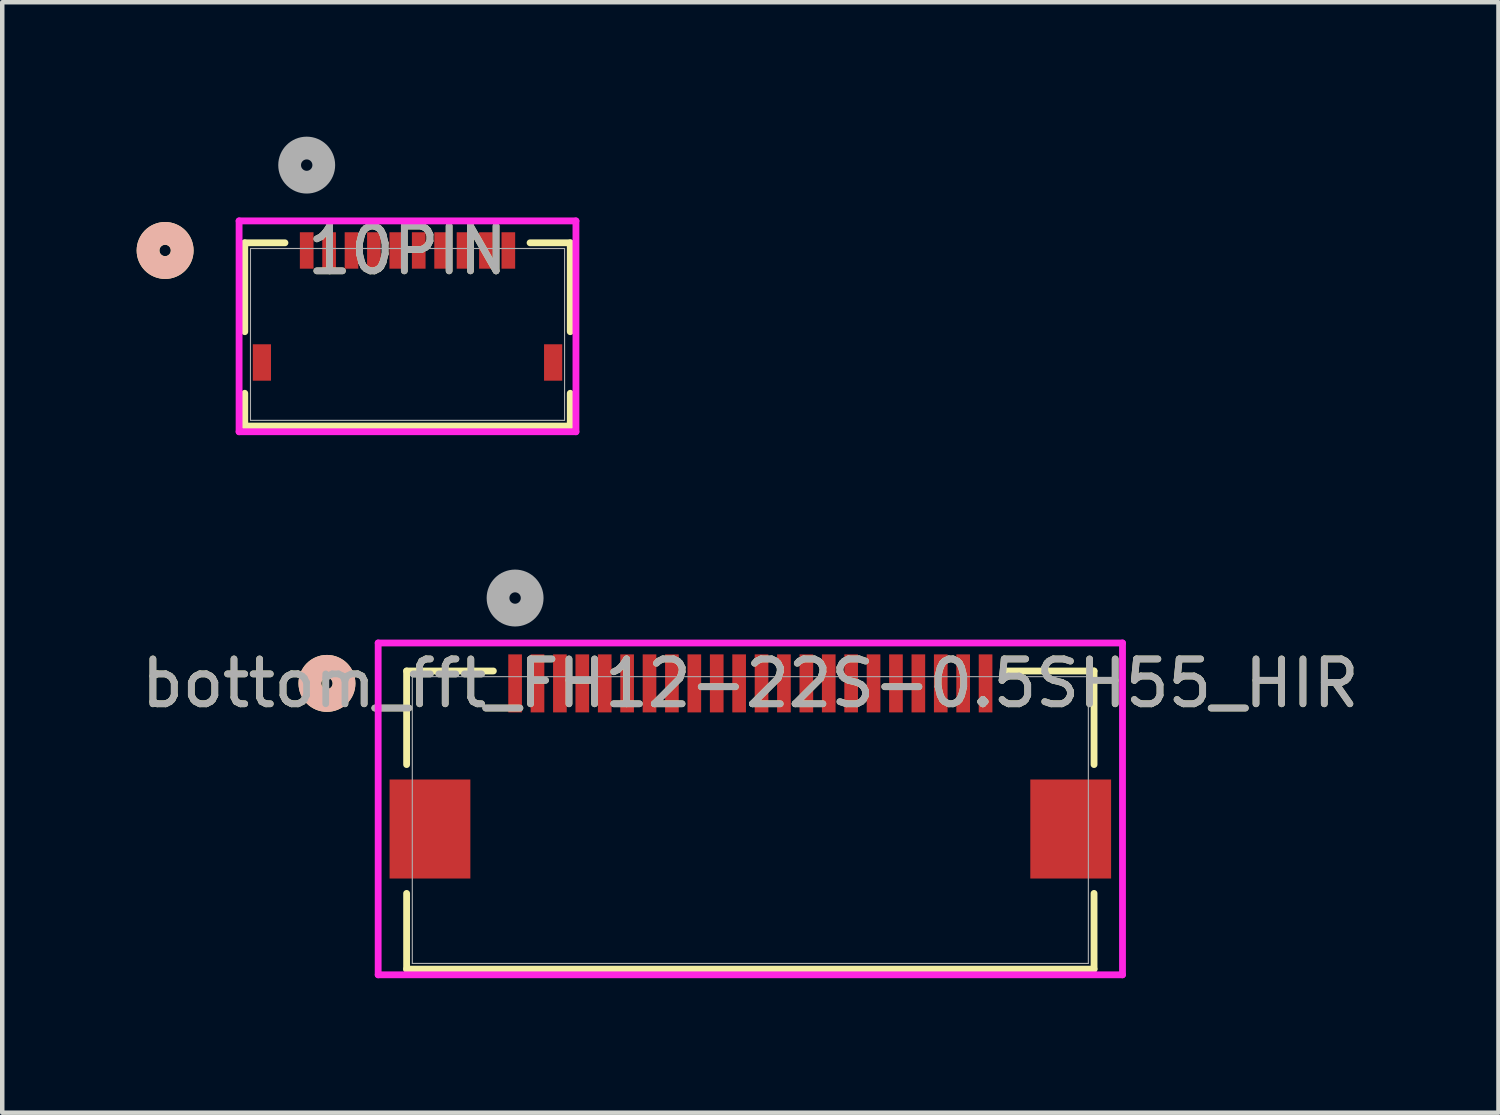
<source format=kicad_pcb>
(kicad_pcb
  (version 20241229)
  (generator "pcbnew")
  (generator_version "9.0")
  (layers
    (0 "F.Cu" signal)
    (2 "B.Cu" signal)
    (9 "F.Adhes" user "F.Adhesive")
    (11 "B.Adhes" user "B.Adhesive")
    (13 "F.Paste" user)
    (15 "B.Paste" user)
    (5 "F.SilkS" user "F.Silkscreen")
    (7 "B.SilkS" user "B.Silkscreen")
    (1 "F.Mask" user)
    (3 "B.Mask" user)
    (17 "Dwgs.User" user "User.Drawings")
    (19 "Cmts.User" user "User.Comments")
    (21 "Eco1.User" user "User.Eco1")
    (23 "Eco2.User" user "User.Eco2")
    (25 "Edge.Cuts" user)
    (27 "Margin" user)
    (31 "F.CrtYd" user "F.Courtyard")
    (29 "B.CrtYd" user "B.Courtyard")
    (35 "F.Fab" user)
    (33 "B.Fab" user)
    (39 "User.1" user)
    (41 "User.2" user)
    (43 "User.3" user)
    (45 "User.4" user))
  (footprint "bottom_fft_FH12-22S-0.5SH55_HIR"
    (layer "F.Cu")
    (at 13.696 15.252)
    (property "Reference" "bottom_fft_FH12-22S-0.5SH55_HIR" (at 0 -3.05 0) (unlocked yes) (layer "F.SilkS") (effects (font (size 1 1) (thickness 0.15))))
    (attr smd)
    (fp_line (start -7.671 -3.327) (end -7.671 -1.238) (stroke (width 0.152) (type solid)) (layer "F.SilkS"))
    (fp_line (start -7.671 1.637) (end -7.671 3.327) (stroke (width 0.152) (type solid)) (layer "F.SilkS"))
    (fp_line (start -7.671 3.327) (end 7.671 3.327) (stroke (width 0.152) (type solid)) (layer "F.SilkS"))
    (fp_line (start -5.735 -3.327) (end -7.671 -3.327) (stroke (width 0.152) (type solid)) (layer "F.SilkS"))
    (fp_line (start 7.671 -3.327) (end 5.735 -3.327) (stroke (width 0.152) (type solid)) (layer "F.SilkS"))
    (fp_line (start 7.671 -1.238) (end 7.671 -3.327) (stroke (width 0.152) (type solid)) (layer "F.SilkS"))
    (fp_line (start 7.671 3.327) (end 7.671 1.637) (stroke (width 0.152) (type solid)) (layer "F.SilkS"))
    (fp_circle (center -9.449 -3.05) (end -9.068 -3.05) (stroke (width 0.508) (type solid)) (fill no) (layer "F.SilkS"))
    (fp_circle (center -9.449 -3.05) (end -9.068 -3.05) (stroke (width 0.508) (type solid)) (fill no) (layer "B.SilkS"))
    (fp_line (start -8.306 -3.952) (end -8.306 3.454) (stroke (width 0.152) (type solid)) (layer "F.CrtYd"))
    (fp_line (start -8.306 3.454) (end 8.306 3.454) (stroke (width 0.152) (type solid)) (layer "F.CrtYd"))
    (fp_line (start 8.306 -3.952) (end -8.306 -3.952) (stroke (width 0.152) (type solid)) (layer "F.CrtYd"))
    (fp_line (start 8.306 3.454) (end 8.306 -3.952) (stroke (width 0.152) (type solid)) (layer "F.CrtYd"))
    (fp_line (start -7.544 -3.2) (end -7.544 3.2) (stroke (width 0.025) (type solid)) (layer "F.Fab"))
    (fp_line (start -7.544 3.2) (end 7.544 3.2) (stroke (width 0.025) (type solid)) (layer "F.Fab"))
    (fp_line (start 7.544 -3.2) (end -7.544 -3.2) (stroke (width 0.025) (type solid)) (layer "F.Fab"))
    (fp_line (start 7.544 3.2) (end 7.544 -3.2) (stroke (width 0.025) (type solid)) (layer "F.Fab"))
    (fp_circle (center -5.25 -4.955) (end -4.869 -4.955) (stroke (width 0.508) (type solid)) (fill no) (layer "F.Fab"))
    (fp_text user "${REFERENCE}" (at 0 -3.05 0) (unlocked yes) (layer "F.Fab") (effects (font (size 1 1) (thickness 0.15))))
    (pad "1" smd rect (at -5.25 -3.05) (size 0.305 1.295) (layers "F.Cu" "F.Mask" "F.Paste"))
    (pad "2" smd rect (at -4.75 -3.05) (size 0.305 1.295) (layers "F.Cu" "F.Mask" "F.Paste"))
    (pad "3" smd rect (at -4.25 -3.05) (size 0.305 1.295) (layers "F.Cu" "F.Mask" "F.Paste"))
    (pad "4" smd rect (at -3.75 -3.05) (size 0.305 1.295) (layers "F.Cu" "F.Mask" "F.Paste"))
    (pad "5" smd rect (at -3.25 -3.05) (size 0.305 1.295) (layers "F.Cu" "F.Mask" "F.Paste"))
    (pad "6" smd rect (at -2.75 -3.05) (size 0.305 1.295) (layers "F.Cu" "F.Mask" "F.Paste"))
    (pad "7" smd rect (at -2.25 -3.05) (size 0.305 1.295) (layers "F.Cu" "F.Mask" "F.Paste"))
    (pad "8" smd rect (at -1.75 -3.05) (size 0.305 1.295) (layers "F.Cu" "F.Mask" "F.Paste"))
    (pad "9" smd rect (at -1.25 -3.05) (size 0.305 1.295) (layers "F.Cu" "F.Mask" "F.Paste"))
    (pad "10" smd rect (at -0.75 -3.05) (size 0.305 1.295) (layers "F.Cu" "F.Mask" "F.Paste"))
    (pad "11" smd rect (at -0.25 -3.05) (size 0.305 1.295) (layers "F.Cu" "F.Mask" "F.Paste"))
    (pad "12" smd rect (at 0.25 -3.05) (size 0.305 1.295) (layers "F.Cu" "F.Mask" "F.Paste"))
    (pad "13" smd rect (at 0.75 -3.05) (size 0.305 1.295) (layers "F.Cu" "F.Mask" "F.Paste"))
    (pad "14" smd rect (at 1.25 -3.05) (size 0.305 1.295) (layers "F.Cu" "F.Mask" "F.Paste"))
    (pad "15" smd rect (at 1.75 -3.05) (size 0.305 1.295) (layers "F.Cu" "F.Mask" "F.Paste"))
    (pad "16" smd rect (at 2.25 -3.05) (size 0.305 1.295) (layers "F.Cu" "F.Mask" "F.Paste"))
    (pad "17" smd rect (at 2.75 -3.05) (size 0.305 1.295) (layers "F.Cu" "F.Mask" "F.Paste"))
    (pad "18" smd rect (at 3.25 -3.05) (size 0.305 1.295) (layers "F.Cu" "F.Mask" "F.Paste"))
    (pad "19" smd rect (at 3.75 -3.05) (size 0.305 1.295) (layers "F.Cu" "F.Mask" "F.Paste"))
    (pad "20" smd rect (at 4.25 -3.05) (size 0.305 1.295) (layers "F.Cu" "F.Mask" "F.Paste"))
    (pad "21" smd rect (at 4.75 -3.05) (size 0.305 1.295) (layers "F.Cu" "F.Mask" "F.Paste"))
    (pad "22" smd rect (at 5.25 -3.05) (size 0.305 1.295) (layers "F.Cu" "F.Mask" "F.Paste"))
    (pad "23" smd rect (at -7.15 0.2) (size 1.803 2.21) (layers "F.Cu" "F.Mask" "F.Paste"))
    (pad "24" smd rect (at 7.15 0.2) (size 1.803 2.21) (layers "F.Cu" "F.Mask" "F.Paste")))
  (footprint "10PIN"
    (layer "F.Cu")
    (at 6.045 4.414)
    (property "Reference" "10PIN" (at 0 -1.874 0) (unlocked yes) (layer "F.SilkS") (effects (font (size 1 1) (thickness 0.15))))
    (attr smd)
    (fp_line (start -3.632 -2.045) (end -3.632 -0.061) (stroke (width 0.152) (type solid)) (layer "F.SilkS"))
    (fp_line (start -3.632 1.313) (end -3.632 2.045) (stroke (width 0.152) (type solid)) (layer "F.SilkS"))
    (fp_line (start -3.632 2.045) (end 3.632 2.045) (stroke (width 0.152) (type solid)) (layer "F.SilkS"))
    (fp_line (start -2.735 -2.045) (end -3.632 -2.045) (stroke (width 0.152) (type solid)) (layer "F.SilkS"))
    (fp_line (start 3.632 -2.045) (end 2.735 -2.045) (stroke (width 0.152) (type solid)) (layer "F.SilkS"))
    (fp_line (start 3.632 -0.061) (end 3.632 -2.045) (stroke (width 0.152) (type solid)) (layer "F.SilkS"))
    (fp_line (start 3.632 2.045) (end 3.632 1.313) (stroke (width 0.152) (type solid)) (layer "F.SilkS"))
    (fp_circle (center -5.41 -1.874) (end -5.029 -1.874) (stroke (width 0.508) (type solid)) (fill no) (layer "F.SilkS"))
    (fp_circle (center -5.41 -1.874) (end -5.029 -1.874) (stroke (width 0.508) (type solid)) (fill no) (layer "B.SilkS"))
    (fp_line (start -3.759 -2.534) (end -3.759 2.172) (stroke (width 0.152) (type solid)) (layer "F.CrtYd"))
    (fp_line (start -3.759 2.172) (end 3.759 2.172) (stroke (width 0.152) (type solid)) (layer "F.CrtYd"))
    (fp_line (start 3.759 -2.534) (end -3.759 -2.534) (stroke (width 0.152) (type solid)) (layer "F.CrtYd"))
    (fp_line (start 3.759 2.172) (end 3.759 -2.534) (stroke (width 0.152) (type solid)) (layer "F.CrtYd"))
    (fp_line (start -3.505 -1.918) (end -3.505 1.918) (stroke (width 0.025) (type solid)) (layer "F.Fab"))
    (fp_line (start -3.505 1.918) (end 3.505 1.918) (stroke (width 0.025) (type solid)) (layer "F.Fab"))
    (fp_line (start 3.505 -1.918) (end -3.505 -1.918) (stroke (width 0.025) (type solid)) (layer "F.Fab"))
    (fp_line (start 3.505 1.918) (end 3.505 -1.918) (stroke (width 0.025) (type solid)) (layer "F.Fab"))
    (fp_circle (center -2.25 -3.779) (end -1.869 -3.779) (stroke (width 0.508) (type solid)) (fill no) (layer "F.Fab"))
    (fp_text user "${REFERENCE}" (at 0 -1.874 0) (unlocked yes) (layer "F.Fab") (effects (font (size 1 1) (thickness 0.15))))
    (pad "1" smd rect (at -2.25 -1.874) (size 0.305 0.813) (layers "F.Cu" "F.Mask" "F.Paste"))
    (pad "2" smd rect (at -1.75 -1.874) (size 0.305 0.813) (layers "F.Cu" "F.Mask" "F.Paste"))
    (pad "3" smd rect (at -1.25 -1.874) (size 0.305 0.813) (layers "F.Cu" "F.Mask" "F.Paste"))
    (pad "4" smd rect (at -0.75 -1.874) (size 0.305 0.813) (layers "F.Cu" "F.Mask" "F.Paste"))
    (pad "5" smd rect (at -0.25 -1.874) (size 0.305 0.813) (layers "F.Cu" "F.Mask" "F.Paste"))
    (pad "6" smd rect (at 0.25 -1.874) (size 0.305 0.813) (layers "F.Cu" "F.Mask" "F.Paste"))
    (pad "7" smd rect (at 0.75 -1.874) (size 0.305 0.813) (layers "F.Cu" "F.Mask" "F.Paste"))
    (pad "8" smd rect (at 1.25 -1.874) (size 0.305 0.813) (layers "F.Cu" "F.Mask" "F.Paste"))
    (pad "9" smd rect (at 1.75 -1.874) (size 0.305 0.813) (layers "F.Cu" "F.Mask" "F.Paste"))
    (pad "10" smd rect (at 2.25 -1.874) (size 0.305 0.813) (layers "F.Cu" "F.Mask" "F.Paste"))
    (pad "11" smd rect (at -3.25 0.626) (size 0.406 0.813) (layers "F.Cu" "F.Mask" "F.Paste"))
    (pad "12" smd rect (at 3.25 0.626) (size 0.406 0.813) (layers "F.Cu" "F.Mask" "F.Paste")))
  (gr_rect
    (start -3 -3)
    (end 30.393 21.783)
    (stroke (width 0.1) (type default))
    (fill no)
    (layer "Edge.Cuts")))
</source>
